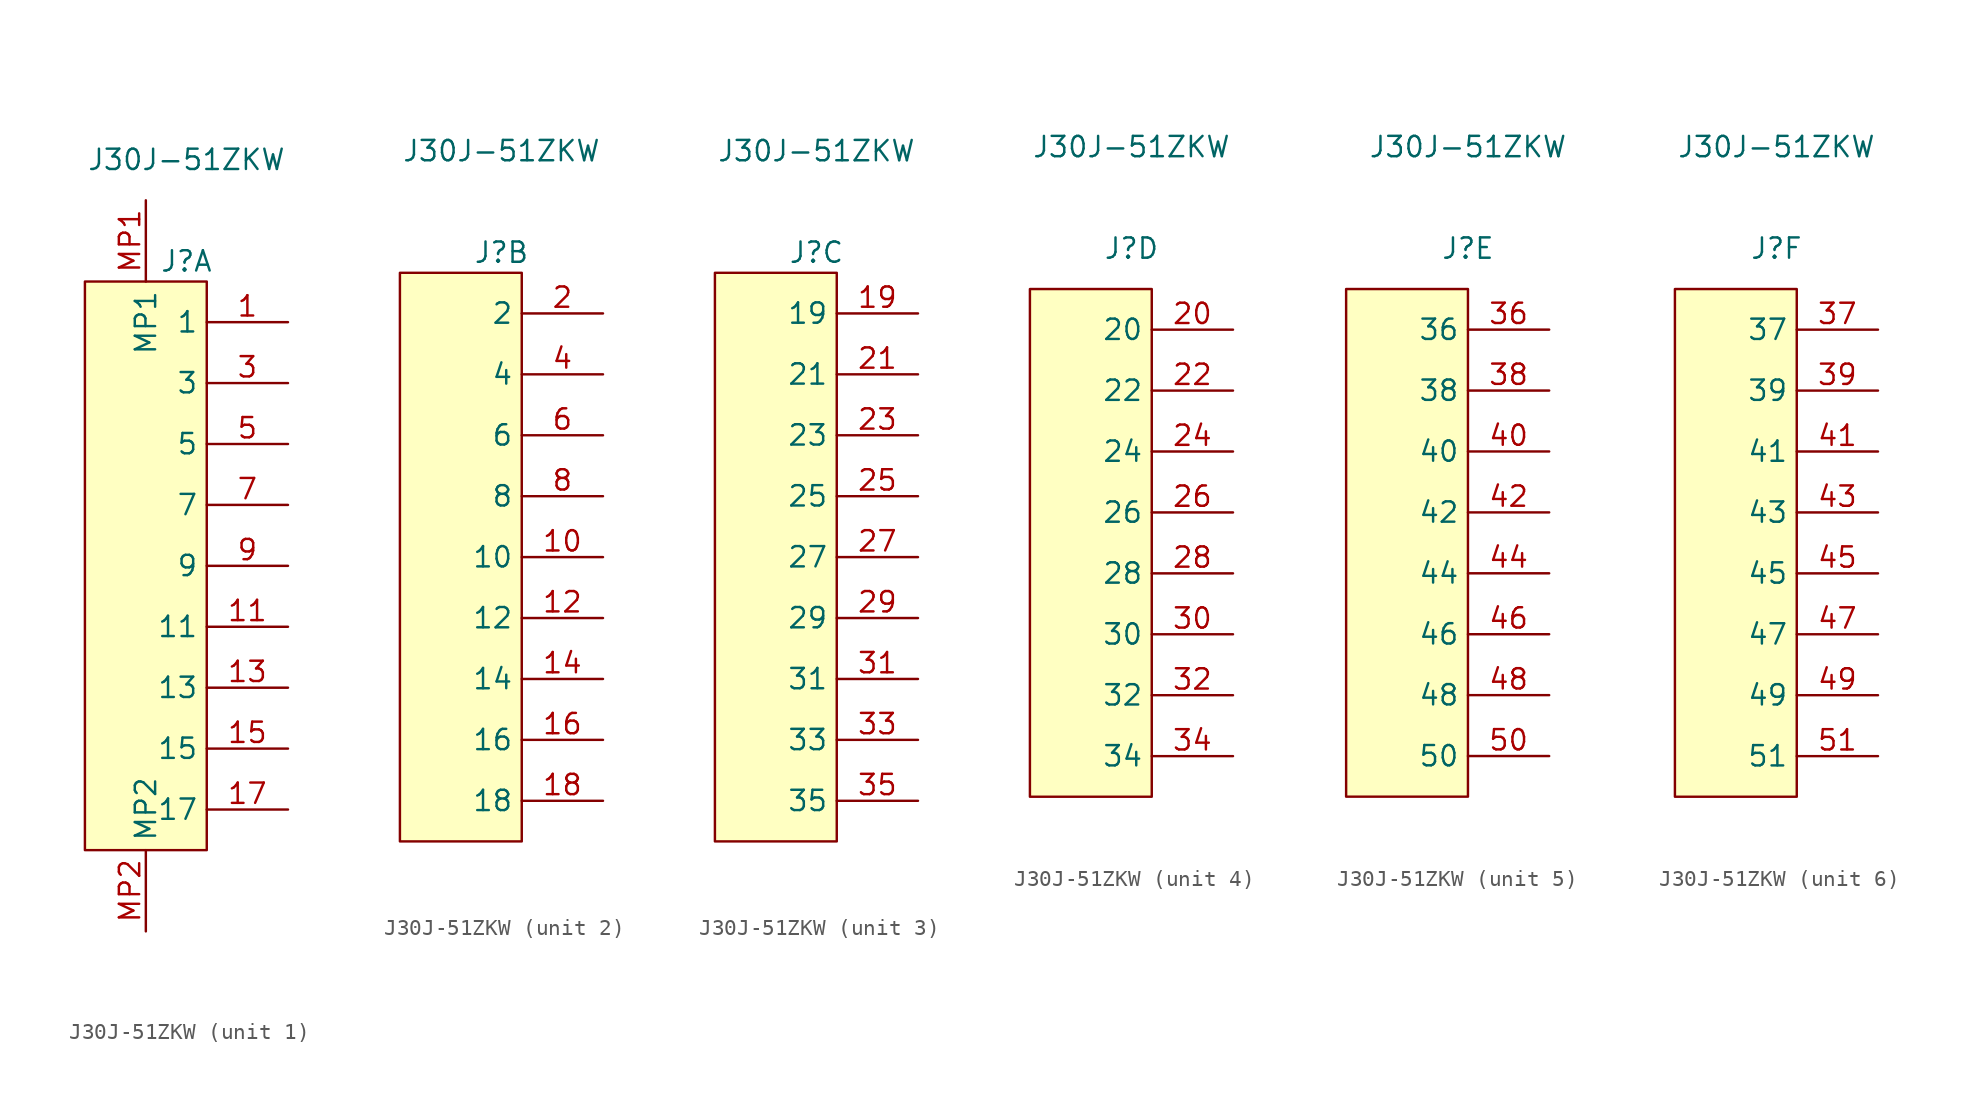
<source format=kicad_sym>
(kicad_symbol_lib
  (version 20231120)
  (generator "kicad_symbol_editor")
  (generator_version "8.0")
  (symbol "J30J-51ZKW"
    (property "Reference" "J"
      (at 2.54 19.05 0)
      (effects (font (size 1.27 1.27))))
    (property "Value" "J30J-51ZKW"
      (at 2.54 25.4 0)
      (effects (font (size 1.27 1.27))))
    (property "ki_locked" ""
      (at 0 0 0)
      (effects (font (size 1.27 1.27))))
    (symbol "J30J-51ZKW_1_0"
      (pin passive line (at 8.89 15.24 180) (length 5.08) (name "1" (effects (font (size 1.27 1.27)))) (number "1" (effects (font (size 1.27 1.27)))))
      (pin passive line (at 8.89 -3.81 180) (length 5.08) (name "11" (effects (font (size 1.27 1.27)))) (number "11" (effects (font (size 1.27 1.27)))))
      (pin passive line (at 8.89 -7.62 180) (length 5.08) (name "13" (effects (font (size 1.27 1.27)))) (number "13" (effects (font (size 1.27 1.27)))))
      (pin passive line (at 8.89 -11.43 180) (length 5.08) (name "15" (effects (font (size 1.27 1.27)))) (number "15" (effects (font (size 1.27 1.27)))))
      (pin passive line (at 8.89 -15.24 180) (length 5.08) (name "17" (effects (font (size 1.27 1.27)))) (number "17" (effects (font (size 1.27 1.27)))))
      (pin passive line (at 8.89 11.43 180) (length 5.08) (name "3" (effects (font (size 1.27 1.27)))) (number "3" (effects (font (size 1.27 1.27)))))
      (pin passive line (at 8.89 7.62 180) (length 5.08) (name "5" (effects (font (size 1.27 1.27)))) (number "5" (effects (font (size 1.27 1.27)))))
      (pin passive line (at 8.89 3.81 180) (length 5.08) (name "7" (effects (font (size 1.27 1.27)))) (number "7" (effects (font (size 1.27 1.27)))))
      (pin passive line (at 8.89 0 180) (length 5.08) (name "9" (effects (font (size 1.27 1.27)))) (number "9" (effects (font (size 1.27 1.27)))))
      (pin passive line (at 0 22.86 270) (length 5.08) (name "MP1" (effects (font (size 1.27 1.27)))) (number "MP1" (effects (font (size 1.27 1.27)))))
      (pin passive line (at 0 -22.86 90) (length 5.08) (name "MP2" (effects (font (size 1.27 1.27)))) (number "MP2" (effects (font (size 1.27 1.27))))))
    (symbol "J30J-51ZKW_1_1"
      (rectangle (start -3.81 17.78) (end 3.81 -17.78) (stroke (width 0) (type default)) (fill (type background))))
    (symbol "J30J-51ZKW_2_0"
      (pin passive line (at 8.89 0 180) (length 5.08) (name "10" (effects (font (size 1.27 1.27)))) (number "10" (effects (font (size 1.27 1.27)))))
      (pin passive line (at 8.89 -3.81 180) (length 5.08) (name "12" (effects (font (size 1.27 1.27)))) (number "12" (effects (font (size 1.27 1.27)))))
      (pin passive line (at 8.89 -7.62 180) (length 5.08) (name "14" (effects (font (size 1.27 1.27)))) (number "14" (effects (font (size 1.27 1.27)))))
      (pin passive line (at 8.89 -11.43 180) (length 5.08) (name "16" (effects (font (size 1.27 1.27)))) (number "16" (effects (font (size 1.27 1.27)))))
      (pin passive line (at 8.89 -15.24 180) (length 5.08) (name "18" (effects (font (size 1.27 1.27)))) (number "18" (effects (font (size 1.27 1.27)))))
      (pin passive line (at 8.89 15.24 180) (length 5.08) (name "2" (effects (font (size 1.27 1.27)))) (number "2" (effects (font (size 1.27 1.27)))))
      (pin passive line (at 8.89 11.43 180) (length 5.08) (name "4" (effects (font (size 1.27 1.27)))) (number "4" (effects (font (size 1.27 1.27)))))
      (pin passive line (at 8.89 7.62 180) (length 5.08) (name "6" (effects (font (size 1.27 1.27)))) (number "6" (effects (font (size 1.27 1.27)))))
      (pin passive line (at 8.89 3.81 180) (length 5.08) (name "8" (effects (font (size 1.27 1.27)))) (number "8" (effects (font (size 1.27 1.27))))))
    (symbol "J30J-51ZKW_2_1"
      (rectangle (start -3.81 17.78) (end 3.81 -17.78) (stroke (width 0) (type default)) (fill (type background))))
    (symbol "J30J-51ZKW_3_0"
      (pin passive line (at 8.89 15.24 180) (length 5.08) (name "19" (effects (font (size 1.27 1.27)))) (number "19" (effects (font (size 1.27 1.27)))))
      (pin passive line (at 8.89 11.43 180) (length 5.08) (name "21" (effects (font (size 1.27 1.27)))) (number "21" (effects (font (size 1.27 1.27)))))
      (pin passive line (at 8.89 7.62 180) (length 5.08) (name "23" (effects (font (size 1.27 1.27)))) (number "23" (effects (font (size 1.27 1.27)))))
      (pin passive line (at 8.89 3.81 180) (length 5.08) (name "25" (effects (font (size 1.27 1.27)))) (number "25" (effects (font (size 1.27 1.27)))))
      (pin passive line (at 8.89 0 180) (length 5.08) (name "27" (effects (font (size 1.27 1.27)))) (number "27" (effects (font (size 1.27 1.27)))))
      (pin passive line (at 8.89 -3.81 180) (length 5.08) (name "29" (effects (font (size 1.27 1.27)))) (number "29" (effects (font (size 1.27 1.27)))))
      (pin passive line (at 8.89 -7.62 180) (length 5.08) (name "31" (effects (font (size 1.27 1.27)))) (number "31" (effects (font (size 1.27 1.27)))))
      (pin passive line (at 8.89 -11.43 180) (length 5.08) (name "33" (effects (font (size 1.27 1.27)))) (number "33" (effects (font (size 1.27 1.27)))))
      (pin passive line (at 8.89 -15.24 180) (length 5.08) (name "35" (effects (font (size 1.27 1.27)))) (number "35" (effects (font (size 1.27 1.27))))))
    (symbol "J30J-51ZKW_3_1"
      (rectangle (start -3.81 17.78) (end 3.81 -17.78) (stroke (width 0) (type default)) (fill (type background))))
    (symbol "J30J-51ZKW_4_0"
      (pin passive line (at 8.89 13.97 180) (length 5.08) (name "20" (effects (font (size 1.27 1.27)))) (number "20" (effects (font (size 1.27 1.27)))))
      (pin passive line (at 8.89 10.16 180) (length 5.08) (name "22" (effects (font (size 1.27 1.27)))) (number "22" (effects (font (size 1.27 1.27)))))
      (pin passive line (at 8.89 6.35 180) (length 5.08) (name "24" (effects (font (size 1.27 1.27)))) (number "24" (effects (font (size 1.27 1.27)))))
      (pin passive line (at 8.89 2.54 180) (length 5.08) (name "26" (effects (font (size 1.27 1.27)))) (number "26" (effects (font (size 1.27 1.27)))))
      (pin passive line (at 8.89 -1.27 180) (length 5.08) (name "28" (effects (font (size 1.27 1.27)))) (number "28" (effects (font (size 1.27 1.27)))))
      (pin passive line (at 8.89 -5.08 180) (length 5.08) (name "30" (effects (font (size 1.27 1.27)))) (number "30" (effects (font (size 1.27 1.27)))))
      (pin passive line (at 8.89 -8.89 180) (length 5.08) (name "32" (effects (font (size 1.27 1.27)))) (number "32" (effects (font (size 1.27 1.27)))))
      (pin passive line (at 8.89 -12.7 180) (length 5.08) (name "34" (effects (font (size 1.27 1.27)))) (number "34" (effects (font (size 1.27 1.27))))))
    (symbol "J30J-51ZKW_4_1"
      (rectangle (start -3.81 16.51) (end 3.81 -15.24) (stroke (width 0) (type default)) (fill (type background))))
    (symbol "J30J-51ZKW_5_0"
      (pin passive line (at 7.62 13.97 180) (length 5.08) (name "36" (effects (font (size 1.27 1.27)))) (number "36" (effects (font (size 1.27 1.27)))))
      (pin passive line (at 7.62 10.16 180) (length 5.08) (name "38" (effects (font (size 1.27 1.27)))) (number "38" (effects (font (size 1.27 1.27)))))
      (pin passive line (at 7.62 6.35 180) (length 5.08) (name "40" (effects (font (size 1.27 1.27)))) (number "40" (effects (font (size 1.27 1.27)))))
      (pin passive line (at 7.62 2.54 180) (length 5.08) (name "42" (effects (font (size 1.27 1.27)))) (number "42" (effects (font (size 1.27 1.27)))))
      (pin passive line (at 7.62 -1.27 180) (length 5.08) (name "44" (effects (font (size 1.27 1.27)))) (number "44" (effects (font (size 1.27 1.27)))))
      (pin passive line (at 7.62 -5.08 180) (length 5.08) (name "46" (effects (font (size 1.27 1.27)))) (number "46" (effects (font (size 1.27 1.27)))))
      (pin passive line (at 7.62 -8.89 180) (length 5.08) (name "48" (effects (font (size 1.27 1.27)))) (number "48" (effects (font (size 1.27 1.27)))))
      (pin passive line (at 7.62 -12.7 180) (length 5.08) (name "50" (effects (font (size 1.27 1.27)))) (number "50" (effects (font (size 1.27 1.27))))))
    (symbol "J30J-51ZKW_5_1"
      (rectangle (start -5.08 16.51) (end 2.54 -15.24) (stroke (width 0) (type default)) (fill (type background))))
    (symbol "J30J-51ZKW_6_0"
      (pin passive line (at 8.89 13.97 180) (length 5.08) (name "37" (effects (font (size 1.27 1.27)))) (number "37" (effects (font (size 1.27 1.27)))))
      (pin passive line (at 8.89 10.16 180) (length 5.08) (name "39" (effects (font (size 1.27 1.27)))) (number "39" (effects (font (size 1.27 1.27)))))
      (pin passive line (at 8.89 6.35 180) (length 5.08) (name "41" (effects (font (size 1.27 1.27)))) (number "41" (effects (font (size 1.27 1.27)))))
      (pin passive line (at 8.89 2.54 180) (length 5.08) (name "43" (effects (font (size 1.27 1.27)))) (number "43" (effects (font (size 1.27 1.27)))))
      (pin passive line (at 8.89 -1.27 180) (length 5.08) (name "45" (effects (font (size 1.27 1.27)))) (number "45" (effects (font (size 1.27 1.27)))))
      (pin passive line (at 8.89 -5.08 180) (length 5.08) (name "47" (effects (font (size 1.27 1.27)))) (number "47" (effects (font (size 1.27 1.27)))))
      (pin passive line (at 8.89 -8.89 180) (length 5.08) (name "49" (effects (font (size 1.27 1.27)))) (number "49" (effects (font (size 1.27 1.27)))))
      (pin passive line (at 8.89 -12.7 180) (length 5.08) (name "51" (effects (font (size 1.27 1.27)))) (number "51" (effects (font (size 1.27 1.27))))))
    (symbol "J30J-51ZKW_6_1"
      (rectangle (start -3.81 16.51) (end 3.81 -15.24) (stroke (width 0) (type default)) (fill (type background))))))
</source>
